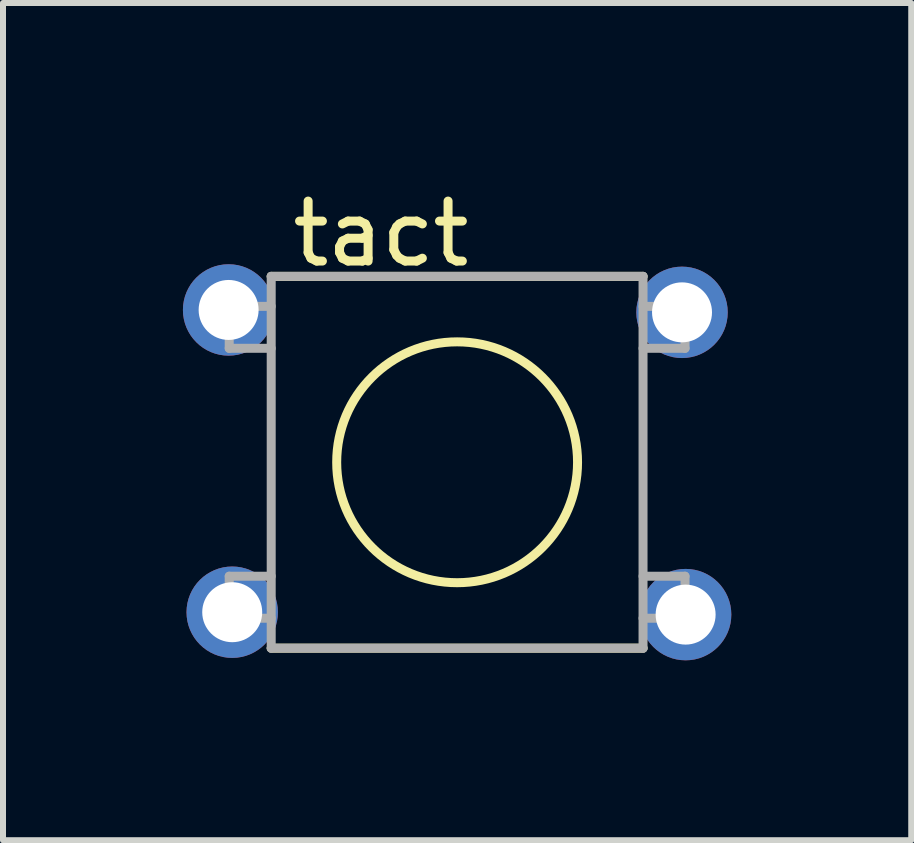
<source format=kicad_pcb>
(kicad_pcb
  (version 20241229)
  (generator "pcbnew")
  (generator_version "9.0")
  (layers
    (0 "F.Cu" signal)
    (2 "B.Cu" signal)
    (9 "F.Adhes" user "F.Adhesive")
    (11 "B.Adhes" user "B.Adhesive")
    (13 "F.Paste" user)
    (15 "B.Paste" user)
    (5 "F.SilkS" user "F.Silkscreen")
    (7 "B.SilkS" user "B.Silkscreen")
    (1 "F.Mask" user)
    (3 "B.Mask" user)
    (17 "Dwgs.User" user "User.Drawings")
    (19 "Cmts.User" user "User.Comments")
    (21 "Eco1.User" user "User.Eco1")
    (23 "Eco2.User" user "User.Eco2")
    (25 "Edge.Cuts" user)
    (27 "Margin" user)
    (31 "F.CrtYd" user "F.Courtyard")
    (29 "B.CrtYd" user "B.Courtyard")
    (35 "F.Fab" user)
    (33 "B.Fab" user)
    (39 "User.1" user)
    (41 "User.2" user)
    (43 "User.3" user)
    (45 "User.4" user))
  (footprint "tact"
    (layer "F.Cu")
    (at 4.572 4.658)
    (property "Reference" "tact" (at -1.27 -3.81 0) (layer "F.SilkS") (effects (font (size 1 1) (thickness 0.15))))
    (attr through_hole)
    (fp_line (start -3.1 -3.1) (end 3.1 -3.1) (stroke (width 0.15) (type solid)) (layer "F.SilkS"))
    (fp_line (start 3.1 3.1) (end -3.1 3.1) (stroke (width 0.15) (type solid)) (layer "F.SilkS"))
    (fp_circle (center 0 0) (end 1.905 -0.635) (stroke (width 0.15) (type solid)) (fill no) (layer "F.SilkS"))
    (fp_line (start -3.8 -2.6) (end -3.8 -1.9) (stroke (width 0.15) (type solid)) (layer "F.Fab"))
    (fp_line (start -3.8 -1.9) (end -3.1 -1.9) (stroke (width 0.15) (type solid)) (layer "F.Fab"))
    (fp_line (start -3.8 1.9) (end -3.1 1.9) (stroke (width 0.15) (type solid)) (layer "F.Fab"))
    (fp_line (start -3.8 2.6) (end -3.8 1.9) (stroke (width 0.15) (type solid)) (layer "F.Fab"))
    (fp_line (start -3.1 -3.1) (end 3.1 -3.1) (stroke (width 0.15) (type solid)) (layer "F.Fab"))
    (fp_line (start -3.1 -2.6) (end -3.8 -2.6) (stroke (width 0.15) (type solid)) (layer "F.Fab"))
    (fp_line (start -3.1 2.6) (end -3.8 2.6) (stroke (width 0.15) (type solid)) (layer "F.Fab"))
    (fp_line (start -3.1 3.1) (end -3.1 -3.1) (stroke (width 0.15) (type solid)) (layer "F.Fab"))
    (fp_line (start -3.1 3.1) (end 3.1 3.1) (stroke (width 0.15) (type solid)) (layer "F.Fab"))
    (fp_line (start 3.1 -3.1) (end 3.1 3.1) (stroke (width 0.15) (type solid)) (layer "F.Fab"))
    (fp_line (start 3.1 -2.6) (end 3.8 -2.6) (stroke (width 0.15) (type solid)) (layer "F.Fab"))
    (fp_line (start 3.1 1.9) (end 3.8 1.9) (stroke (width 0.15) (type solid)) (layer "F.Fab"))
    (fp_line (start 3.8 -2.6) (end 3.8 -1.9) (stroke (width 0.15) (type solid)) (layer "F.Fab"))
    (fp_line (start 3.8 -1.9) (end 3.1 -1.9) (stroke (width 0.15) (type solid)) (layer "F.Fab"))
    (fp_line (start 3.8 1.9) (end 3.8 2.6) (stroke (width 0.15) (type solid)) (layer "F.Fab"))
    (fp_line (start 3.8 2.6) (end 3.1 2.6) (stroke (width 0.15) (type solid)) (layer "F.Fab"))
    (pad "1" thru_hole circle (at -3.81 -2.54) (size 1.524 1.524) (drill 1) (layers "*.Cu" "*.Mask"))
    (pad "2" thru_hole circle (at 3.75 -2.5) (size 1.524 1.524) (drill 1) (layers "*.Cu" "*.Mask"))
    (pad "3" thru_hole circle (at -3.75 2.5) (size 1.524 1.524) (drill 1) (layers "*.Cu" "*.Mask"))
    (pad "4" thru_hole circle (at 3.81 2.54) (size 1.524 1.524) (drill 1) (layers "*.Cu" "*.Mask")))
  (gr_rect
    (start -3 -3)
    (end 12.144 10.96)
    (stroke (width 0.1) (type default))
    (fill no)
    (layer "Edge.Cuts")))
</source>
